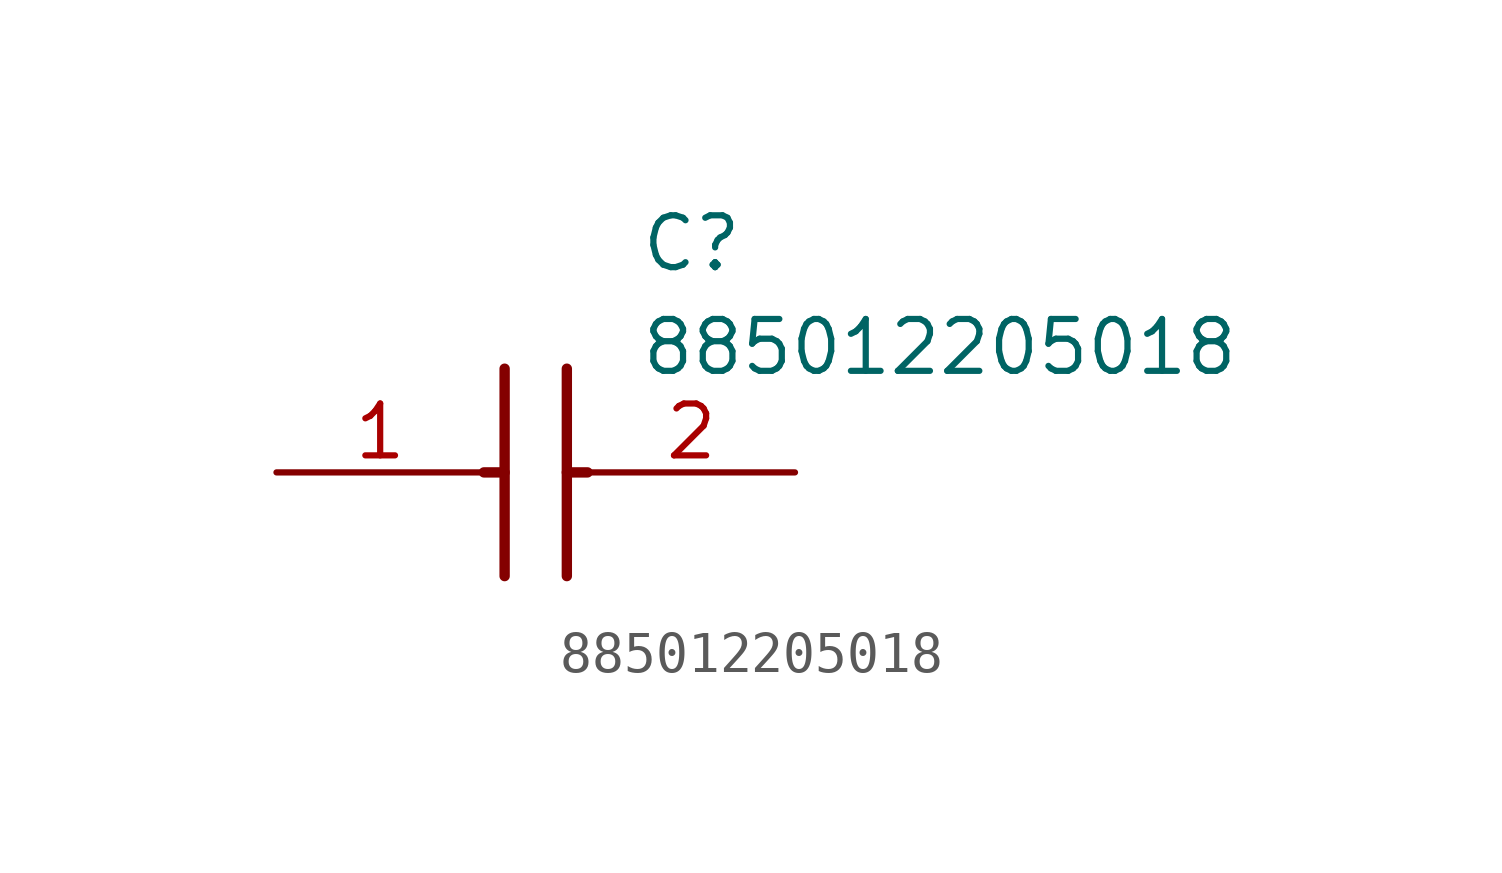
<source format=kicad_sym>
(kicad_symbol_lib
  (version 20211014)
  (generator SamacSys_ECAD_Model)
  (symbol "885012205018"
    (pin_names hide)
    (property "Reference" "C"
      (at 8.89 6.35 0)
      (effects (font (size 1.27 1.27)) (justify left top)))
    (property "Value" "885012205018"
      (at 8.89 3.81 0)
      (effects (font (size 1.27 1.27)) (justify left top)))
    (polyline
      (pts (xy 5.588 2.54) (xy 5.588 -2.54))
      (stroke (width 0.254) (type default))
      (fill (type none)))
    (polyline
      (pts (xy 7.112 2.54) (xy 7.112 -2.54))
      (stroke (width 0.254) (type default))
      (fill (type none)))
    (polyline
      (pts (xy 5.08 0) (xy 5.588 0))
      (stroke (width 0.254) (type default))
      (fill (type none)))
    (polyline
      (pts (xy 7.112 0) (xy 7.62 0))
      (stroke (width 0.254) (type default))
      (fill (type none)))
    (pin passive line
      (at 0 0 0)
      (length 5.08)
      (name "1" (effects (font (size 1.27 1.27))))
      (number "1" (effects (font (size 1.27 1.27)))))
    (pin passive line
      (at 12.7 0 180)
      (length 5.08)
      (name "2" (effects (font (size 1.27 1.27))))
      (number "2" (effects (font (size 1.27 1.27)))))))
</source>
